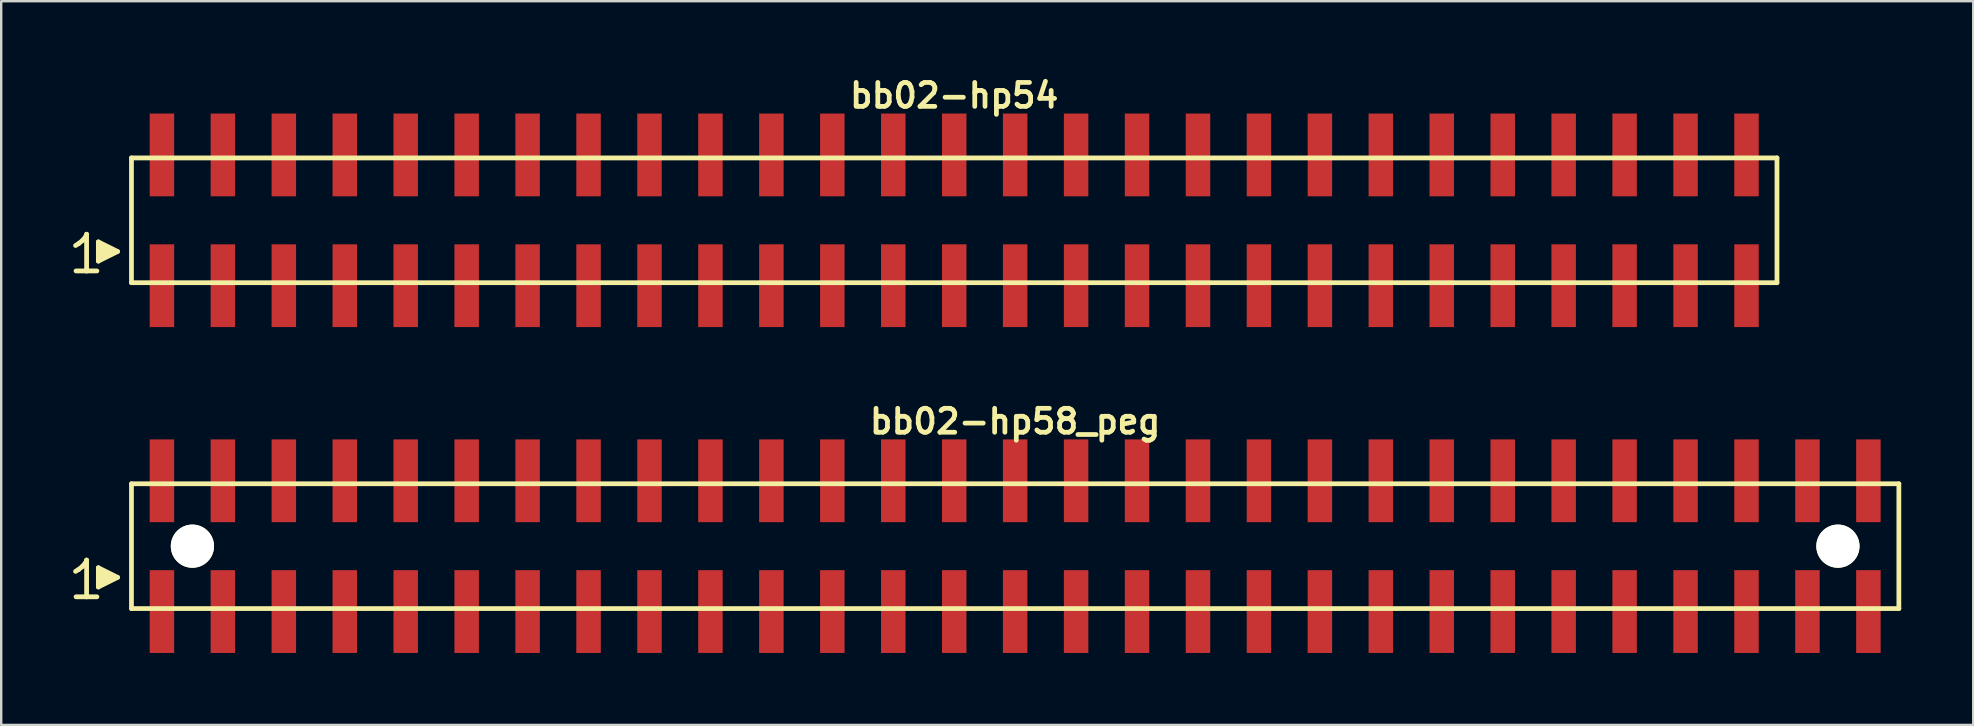
<source format=kicad_pcb>
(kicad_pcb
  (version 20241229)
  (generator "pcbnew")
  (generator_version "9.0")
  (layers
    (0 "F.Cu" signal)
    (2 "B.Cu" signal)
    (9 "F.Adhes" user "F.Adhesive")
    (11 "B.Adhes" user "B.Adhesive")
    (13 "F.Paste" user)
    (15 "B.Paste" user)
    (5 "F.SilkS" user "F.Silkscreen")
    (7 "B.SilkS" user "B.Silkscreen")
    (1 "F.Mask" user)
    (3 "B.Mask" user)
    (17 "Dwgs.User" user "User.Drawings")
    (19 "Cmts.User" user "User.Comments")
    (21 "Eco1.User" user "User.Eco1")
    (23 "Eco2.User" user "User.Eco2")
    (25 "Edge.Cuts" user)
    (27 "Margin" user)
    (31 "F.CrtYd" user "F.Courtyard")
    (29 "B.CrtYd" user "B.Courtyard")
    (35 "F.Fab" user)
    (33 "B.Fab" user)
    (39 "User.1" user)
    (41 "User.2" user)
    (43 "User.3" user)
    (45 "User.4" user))
  (footprint "bb02-hp54"
    (layer "F.Cu")
    (at 36.719 6.132)
    (property "Reference" "bb02-hp54" (at 0 -5.2 0) (layer "F.SilkS") (effects (font (size 0.998 0.998) (thickness 0.198))))
    (attr through_hole)
    (fp_line (start -36.62 1.05) (end -36.49 0.97) (stroke (width 0.198) (type solid)) (layer "F.SilkS"))
    (fp_line (start -36.49 0.97) (end -36.33 0.84) (stroke (width 0.198) (type solid)) (layer "F.SilkS"))
    (fp_line (start -36.33 0.84) (end -36.19 0.67) (stroke (width 0.198) (type solid)) (layer "F.SilkS"))
    (fp_line (start -36.19 0.67) (end -36.16 0.58) (stroke (width 0.198) (type solid)) (layer "F.SilkS"))
    (fp_line (start -36.16 0.58) (end -36.16 2.11) (stroke (width 0.198) (type solid)) (layer "F.SilkS"))
    (fp_line (start -36.16 2.11) (end -36.6 2.11) (stroke (width 0.198) (type solid)) (layer "F.SilkS"))
    (fp_line (start -35.73 2.11) (end -36.17 2.11) (stroke (width 0.198) (type solid)) (layer "F.SilkS"))
    (fp_line (start -35.67 0.9) (end -34.87 1.3) (stroke (width 0.198) (type solid)) (layer "F.SilkS"))
    (fp_line (start -35.67 1.7) (end -35.67 0.9) (stroke (width 0.198) (type solid)) (layer "F.SilkS"))
    (fp_line (start -35.57 1.6) (end -35.57 1) (stroke (width 0.198) (type solid)) (layer "F.SilkS"))
    (fp_line (start -35.47 1.1) (end -35.47 1.5) (stroke (width 0.198) (type solid)) (layer "F.SilkS"))
    (fp_line (start -35.37 1.5) (end -35.37 1.1) (stroke (width 0.198) (type solid)) (layer "F.SilkS"))
    (fp_line (start -35.27 1.2) (end -35.27 1.4) (stroke (width 0.198) (type solid)) (layer "F.SilkS"))
    (fp_line (start -35.17 1.4) (end -35.17 1.2) (stroke (width 0.198) (type solid)) (layer "F.SilkS"))
    (fp_line (start -34.87 1.3) (end -35.67 1.7) (stroke (width 0.198) (type solid)) (layer "F.SilkS"))
    (fp_line (start -34.29 -2.6) (end -34.29 2.6) (stroke (width 0.198) (type solid)) (layer "F.SilkS"))
    (fp_line (start -34.29 -2.6) (end 34.29 -2.6) (stroke (width 0.198) (type solid)) (layer "F.SilkS"))
    (fp_line (start 34.29 2.6) (end -34.29 2.6) (stroke (width 0.198) (type solid)) (layer "F.SilkS"))
    (fp_line (start 34.29 2.6) (end 34.29 -2.6) (stroke (width 0.198) (type solid)) (layer "F.SilkS"))
    (pad "1" smd rect (at -33.02 2.725) (size 1.02 3.45) (layers "F.Cu" "F.Mask" "F.Paste"))
    (pad "2" smd rect (at -33.02 -2.725) (size 1.02 3.45) (layers "F.Cu" "F.Mask" "F.Paste"))
    (pad "3" smd rect (at -30.48 2.725) (size 1.02 3.45) (layers "F.Cu" "F.Mask" "F.Paste"))
    (pad "4" smd rect (at -30.48 -2.725) (size 1.02 3.45) (layers "F.Cu" "F.Mask" "F.Paste"))
    (pad "5" smd rect (at -27.94 2.725) (size 1.02 3.45) (layers "F.Cu" "F.Mask" "F.Paste"))
    (pad "6" smd rect (at -27.94 -2.725) (size 1.02 3.45) (layers "F.Cu" "F.Mask" "F.Paste"))
    (pad "7" smd rect (at -25.4 2.725) (size 1.02 3.45) (layers "F.Cu" "F.Mask" "F.Paste"))
    (pad "8" smd rect (at -25.4 -2.725) (size 1.02 3.45) (layers "F.Cu" "F.Mask" "F.Paste"))
    (pad "9" smd rect (at -22.86 2.725) (size 1.02 3.45) (layers "F.Cu" "F.Mask" "F.Paste"))
    (pad "10" smd rect (at -22.86 -2.725) (size 1.02 3.45) (layers "F.Cu" "F.Mask" "F.Paste"))
    (pad "11" smd rect (at -20.32 2.725) (size 1.02 3.45) (layers "F.Cu" "F.Mask" "F.Paste"))
    (pad "12" smd rect (at -20.32 -2.725) (size 1.02 3.45) (layers "F.Cu" "F.Mask" "F.Paste"))
    (pad "13" smd rect (at -17.78 2.725) (size 1.02 3.45) (layers "F.Cu" "F.Mask" "F.Paste"))
    (pad "14" smd rect (at -17.78 -2.725) (size 1.02 3.45) (layers "F.Cu" "F.Mask" "F.Paste"))
    (pad "15" smd rect (at -15.24 2.725) (size 1.02 3.45) (layers "F.Cu" "F.Mask" "F.Paste"))
    (pad "16" smd rect (at -15.24 -2.725) (size 1.02 3.45) (layers "F.Cu" "F.Mask" "F.Paste"))
    (pad "17" smd rect (at -12.7 2.725) (size 1.02 3.45) (layers "F.Cu" "F.Mask" "F.Paste"))
    (pad "18" smd rect (at -12.7 -2.725) (size 1.02 3.45) (layers "F.Cu" "F.Mask" "F.Paste"))
    (pad "19" smd rect (at -10.16 2.725) (size 1.02 3.45) (layers "F.Cu" "F.Mask" "F.Paste"))
    (pad "20" smd rect (at -10.16 -2.725) (size 1.02 3.45) (layers "F.Cu" "F.Mask" "F.Paste"))
    (pad "21" smd rect (at -7.62 2.725) (size 1.02 3.45) (layers "F.Cu" "F.Mask" "F.Paste"))
    (pad "22" smd rect (at -7.62 -2.725) (size 1.02 3.45) (layers "F.Cu" "F.Mask" "F.Paste"))
    (pad "23" smd rect (at -5.08 2.725) (size 1.02 3.45) (layers "F.Cu" "F.Mask" "F.Paste"))
    (pad "24" smd rect (at -5.08 -2.725) (size 1.02 3.45) (layers "F.Cu" "F.Mask" "F.Paste"))
    (pad "25" smd rect (at -2.54 2.725) (size 1.02 3.45) (layers "F.Cu" "F.Mask" "F.Paste"))
    (pad "26" smd rect (at -2.54 -2.725) (size 1.02 3.45) (layers "F.Cu" "F.Mask" "F.Paste"))
    (pad "27" smd rect (at 0 2.725) (size 1.02 3.45) (layers "F.Cu" "F.Mask" "F.Paste"))
    (pad "28" smd rect (at 0 -2.725) (size 1.02 3.45) (layers "F.Cu" "F.Mask" "F.Paste"))
    (pad "29" smd rect (at 2.54 2.725) (size 1.02 3.45) (layers "F.Cu" "F.Mask" "F.Paste"))
    (pad "30" smd rect (at 2.54 -2.725) (size 1.02 3.45) (layers "F.Cu" "F.Mask" "F.Paste"))
    (pad "31" smd rect (at 5.08 2.725) (size 1.02 3.45) (layers "F.Cu" "F.Mask" "F.Paste"))
    (pad "32" smd rect (at 5.08 -2.725) (size 1.02 3.45) (layers "F.Cu" "F.Mask" "F.Paste"))
    (pad "33" smd rect (at 7.62 2.725) (size 1.02 3.45) (layers "F.Cu" "F.Mask" "F.Paste"))
    (pad "34" smd rect (at 7.62 -2.725) (size 1.02 3.45) (layers "F.Cu" "F.Mask" "F.Paste"))
    (pad "35" smd rect (at 10.16 2.725) (size 1.02 3.45) (layers "F.Cu" "F.Mask" "F.Paste"))
    (pad "36" smd rect (at 10.16 -2.725) (size 1.02 3.45) (layers "F.Cu" "F.Mask" "F.Paste"))
    (pad "37" smd rect (at 12.7 2.725) (size 1.02 3.45) (layers "F.Cu" "F.Mask" "F.Paste"))
    (pad "38" smd rect (at 12.7 -2.725) (size 1.02 3.45) (layers "F.Cu" "F.Mask" "F.Paste"))
    (pad "39" smd rect (at 15.24 2.725) (size 1.02 3.45) (layers "F.Cu" "F.Mask" "F.Paste"))
    (pad "40" smd rect (at 15.24 -2.725) (size 1.02 3.45) (layers "F.Cu" "F.Mask" "F.Paste"))
    (pad "41" smd rect (at 17.78 2.725) (size 1.02 3.45) (layers "F.Cu" "F.Mask" "F.Paste"))
    (pad "42" smd rect (at 17.78 -2.725) (size 1.02 3.45) (layers "F.Cu" "F.Mask" "F.Paste"))
    (pad "43" smd rect (at 20.32 2.725) (size 1.02 3.45) (layers "F.Cu" "F.Mask" "F.Paste"))
    (pad "44" smd rect (at 20.32 -2.725) (size 1.02 3.45) (layers "F.Cu" "F.Mask" "F.Paste"))
    (pad "45" smd rect (at 22.86 2.725) (size 1.02 3.45) (layers "F.Cu" "F.Mask" "F.Paste"))
    (pad "46" smd rect (at 22.86 -2.725) (size 1.02 3.45) (layers "F.Cu" "F.Mask" "F.Paste"))
    (pad "47" smd rect (at 25.4 2.725) (size 1.02 3.45) (layers "F.Cu" "F.Mask" "F.Paste"))
    (pad "48" smd rect (at 25.4 -2.725) (size 1.02 3.45) (layers "F.Cu" "F.Mask" "F.Paste"))
    (pad "49" smd rect (at 27.94 2.725) (size 1.02 3.45) (layers "F.Cu" "F.Mask" "F.Paste"))
    (pad "50" smd rect (at 27.94 -2.725) (size 1.02 3.45) (layers "F.Cu" "F.Mask" "F.Paste"))
    (pad "51" smd rect (at 30.48 2.725) (size 1.02 3.45) (layers "F.Cu" "F.Mask" "F.Paste"))
    (pad "52" smd rect (at 30.48 -2.725) (size 1.02 3.45) (layers "F.Cu" "F.Mask" "F.Paste"))
    (pad "53" smd rect (at 33.02 2.725) (size 1.02 3.45) (layers "F.Cu" "F.Mask" "F.Paste"))
    (pad "54" smd rect (at 33.02 -2.725) (size 1.02 3.45) (layers "F.Cu" "F.Mask" "F.Paste")))
  (footprint "bb02-hp58_peg"
    (layer "F.Cu")
    (at 39.259 19.713)
    (property "Reference" "bb02-hp58_peg" (at 0 -5.2 0) (layer "F.SilkS") (effects (font (size 0.998 0.998) (thickness 0.198))))
    (attr through_hole)
    (fp_line (start -39.16 1.05) (end -39.03 0.97) (stroke (width 0.198) (type solid)) (layer "F.SilkS"))
    (fp_line (start -39.03 0.97) (end -38.87 0.84) (stroke (width 0.198) (type solid)) (layer "F.SilkS"))
    (fp_line (start -38.87 0.84) (end -38.73 0.67) (stroke (width 0.198) (type solid)) (layer "F.SilkS"))
    (fp_line (start -38.73 0.67) (end -38.7 0.58) (stroke (width 0.198) (type solid)) (layer "F.SilkS"))
    (fp_line (start -38.7 0.58) (end -38.7 2.11) (stroke (width 0.198) (type solid)) (layer "F.SilkS"))
    (fp_line (start -38.7 2.11) (end -39.14 2.11) (stroke (width 0.198) (type solid)) (layer "F.SilkS"))
    (fp_line (start -38.27 2.11) (end -38.71 2.11) (stroke (width 0.198) (type solid)) (layer "F.SilkS"))
    (fp_line (start -38.21 0.9) (end -37.41 1.3) (stroke (width 0.198) (type solid)) (layer "F.SilkS"))
    (fp_line (start -38.21 1.7) (end -38.21 0.9) (stroke (width 0.198) (type solid)) (layer "F.SilkS"))
    (fp_line (start -38.11 1.6) (end -38.11 1) (stroke (width 0.198) (type solid)) (layer "F.SilkS"))
    (fp_line (start -38.01 1.1) (end -38.01 1.5) (stroke (width 0.198) (type solid)) (layer "F.SilkS"))
    (fp_line (start -37.91 1.5) (end -37.91 1.1) (stroke (width 0.198) (type solid)) (layer "F.SilkS"))
    (fp_line (start -37.81 1.2) (end -37.81 1.4) (stroke (width 0.198) (type solid)) (layer "F.SilkS"))
    (fp_line (start -37.71 1.4) (end -37.71 1.2) (stroke (width 0.198) (type solid)) (layer "F.SilkS"))
    (fp_line (start -37.41 1.3) (end -38.21 1.7) (stroke (width 0.198) (type solid)) (layer "F.SilkS"))
    (fp_line (start -36.83 -2.6) (end -36.83 2.6) (stroke (width 0.198) (type solid)) (layer "F.SilkS"))
    (fp_line (start -36.83 -2.6) (end 36.83 -2.6) (stroke (width 0.198) (type solid)) (layer "F.SilkS"))
    (fp_line (start 36.83 2.6) (end -36.83 2.6) (stroke (width 0.198) (type solid)) (layer "F.SilkS"))
    (fp_line (start 36.83 2.6) (end 36.83 -2.6) (stroke (width 0.198) (type solid)) (layer "F.SilkS"))
    (pad "" np_thru_hole circle (at -34.29 0) (size 1.8 1.8) (drill 1.8) (layers "*.Cu" "*.Mask" "F.SilkS"))
    (pad "" np_thru_hole circle (at 34.29 0) (size 1.8 1.8) (drill 1.8) (layers "*.Cu" "*.Mask" "F.SilkS"))
    (pad "1" smd rect (at -35.56 2.725) (size 1.02 3.45) (layers "F.Cu" "F.Mask" "F.Paste"))
    (pad "2" smd rect (at -35.56 -2.725) (size 1.02 3.45) (layers "F.Cu" "F.Mask" "F.Paste"))
    (pad "3" smd rect (at -33.02 2.725) (size 1.02 3.45) (layers "F.Cu" "F.Mask" "F.Paste"))
    (pad "4" smd rect (at -33.02 -2.725) (size 1.02 3.45) (layers "F.Cu" "F.Mask" "F.Paste"))
    (pad "5" smd rect (at -30.48 2.725) (size 1.02 3.45) (layers "F.Cu" "F.Mask" "F.Paste"))
    (pad "6" smd rect (at -30.48 -2.725) (size 1.02 3.45) (layers "F.Cu" "F.Mask" "F.Paste"))
    (pad "7" smd rect (at -27.94 2.725) (size 1.02 3.45) (layers "F.Cu" "F.Mask" "F.Paste"))
    (pad "8" smd rect (at -27.94 -2.725) (size 1.02 3.45) (layers "F.Cu" "F.Mask" "F.Paste"))
    (pad "9" smd rect (at -25.4 2.725) (size 1.02 3.45) (layers "F.Cu" "F.Mask" "F.Paste"))
    (pad "10" smd rect (at -25.4 -2.725) (size 1.02 3.45) (layers "F.Cu" "F.Mask" "F.Paste"))
    (pad "11" smd rect (at -22.86 2.725) (size 1.02 3.45) (layers "F.Cu" "F.Mask" "F.Paste"))
    (pad "12" smd rect (at -22.86 -2.725) (size 1.02 3.45) (layers "F.Cu" "F.Mask" "F.Paste"))
    (pad "13" smd rect (at -20.32 2.725) (size 1.02 3.45) (layers "F.Cu" "F.Mask" "F.Paste"))
    (pad "14" smd rect (at -20.32 -2.725) (size 1.02 3.45) (layers "F.Cu" "F.Mask" "F.Paste"))
    (pad "15" smd rect (at -17.78 2.725) (size 1.02 3.45) (layers "F.Cu" "F.Mask" "F.Paste"))
    (pad "16" smd rect (at -17.78 -2.725) (size 1.02 3.45) (layers "F.Cu" "F.Mask" "F.Paste"))
    (pad "17" smd rect (at -15.24 2.725) (size 1.02 3.45) (layers "F.Cu" "F.Mask" "F.Paste"))
    (pad "18" smd rect (at -15.24 -2.725) (size 1.02 3.45) (layers "F.Cu" "F.Mask" "F.Paste"))
    (pad "19" smd rect (at -12.7 2.725) (size 1.02 3.45) (layers "F.Cu" "F.Mask" "F.Paste"))
    (pad "20" smd rect (at -12.7 -2.725) (size 1.02 3.45) (layers "F.Cu" "F.Mask" "F.Paste"))
    (pad "21" smd rect (at -10.16 2.725) (size 1.02 3.45) (layers "F.Cu" "F.Mask" "F.Paste"))
    (pad "22" smd rect (at -10.16 -2.725) (size 1.02 3.45) (layers "F.Cu" "F.Mask" "F.Paste"))
    (pad "23" smd rect (at -7.62 2.725) (size 1.02 3.45) (layers "F.Cu" "F.Mask" "F.Paste"))
    (pad "24" smd rect (at -7.62 -2.725) (size 1.02 3.45) (layers "F.Cu" "F.Mask" "F.Paste"))
    (pad "25" smd rect (at -5.08 2.725) (size 1.02 3.45) (layers "F.Cu" "F.Mask" "F.Paste"))
    (pad "26" smd rect (at -5.08 -2.725) (size 1.02 3.45) (layers "F.Cu" "F.Mask" "F.Paste"))
    (pad "27" smd rect (at -2.54 2.725) (size 1.02 3.45) (layers "F.Cu" "F.Mask" "F.Paste"))
    (pad "28" smd rect (at -2.54 -2.725) (size 1.02 3.45) (layers "F.Cu" "F.Mask" "F.Paste"))
    (pad "29" smd rect (at 0 2.725) (size 1.02 3.45) (layers "F.Cu" "F.Mask" "F.Paste"))
    (pad "30" smd rect (at 0 -2.725) (size 1.02 3.45) (layers "F.Cu" "F.Mask" "F.Paste"))
    (pad "31" smd rect (at 2.54 2.725) (size 1.02 3.45) (layers "F.Cu" "F.Mask" "F.Paste"))
    (pad "32" smd rect (at 2.54 -2.725) (size 1.02 3.45) (layers "F.Cu" "F.Mask" "F.Paste"))
    (pad "33" smd rect (at 5.08 2.725) (size 1.02 3.45) (layers "F.Cu" "F.Mask" "F.Paste"))
    (pad "34" smd rect (at 5.08 -2.725) (size 1.02 3.45) (layers "F.Cu" "F.Mask" "F.Paste"))
    (pad "35" smd rect (at 7.62 2.725) (size 1.02 3.45) (layers "F.Cu" "F.Mask" "F.Paste"))
    (pad "36" smd rect (at 7.62 -2.725) (size 1.02 3.45) (layers "F.Cu" "F.Mask" "F.Paste"))
    (pad "37" smd rect (at 10.16 2.725) (size 1.02 3.45) (layers "F.Cu" "F.Mask" "F.Paste"))
    (pad "38" smd rect (at 10.16 -2.725) (size 1.02 3.45) (layers "F.Cu" "F.Mask" "F.Paste"))
    (pad "39" smd rect (at 12.7 2.725) (size 1.02 3.45) (layers "F.Cu" "F.Mask" "F.Paste"))
    (pad "40" smd rect (at 12.7 -2.725) (size 1.02 3.45) (layers "F.Cu" "F.Mask" "F.Paste"))
    (pad "41" smd rect (at 15.24 2.725) (size 1.02 3.45) (layers "F.Cu" "F.Mask" "F.Paste"))
    (pad "42" smd rect (at 15.24 -2.725) (size 1.02 3.45) (layers "F.Cu" "F.Mask" "F.Paste"))
    (pad "43" smd rect (at 17.78 2.725) (size 1.02 3.45) (layers "F.Cu" "F.Mask" "F.Paste"))
    (pad "44" smd rect (at 17.78 -2.725) (size 1.02 3.45) (layers "F.Cu" "F.Mask" "F.Paste"))
    (pad "45" smd rect (at 20.32 2.725) (size 1.02 3.45) (layers "F.Cu" "F.Mask" "F.Paste"))
    (pad "46" smd rect (at 20.32 -2.725) (size 1.02 3.45) (layers "F.Cu" "F.Mask" "F.Paste"))
    (pad "47" smd rect (at 22.86 2.725) (size 1.02 3.45) (layers "F.Cu" "F.Mask" "F.Paste"))
    (pad "48" smd rect (at 22.86 -2.725) (size 1.02 3.45) (layers "F.Cu" "F.Mask" "F.Paste"))
    (pad "49" smd rect (at 25.4 2.725) (size 1.02 3.45) (layers "F.Cu" "F.Mask" "F.Paste"))
    (pad "50" smd rect (at 25.4 -2.725) (size 1.02 3.45) (layers "F.Cu" "F.Mask" "F.Paste"))
    (pad "51" smd rect (at 27.94 2.725) (size 1.02 3.45) (layers "F.Cu" "F.Mask" "F.Paste"))
    (pad "52" smd rect (at 27.94 -2.725) (size 1.02 3.45) (layers "F.Cu" "F.Mask" "F.Paste"))
    (pad "53" smd rect (at 30.48 2.725) (size 1.02 3.45) (layers "F.Cu" "F.Mask" "F.Paste"))
    (pad "54" smd rect (at 30.48 -2.725) (size 1.02 3.45) (layers "F.Cu" "F.Mask" "F.Paste"))
    (pad "55" smd rect (at 33.02 2.725) (size 1.02 3.45) (layers "F.Cu" "F.Mask" "F.Paste"))
    (pad "56" smd rect (at 33.02 -2.725) (size 1.02 3.45) (layers "F.Cu" "F.Mask" "F.Paste"))
    (pad "57" smd rect (at 35.56 2.725) (size 1.02 3.45) (layers "F.Cu" "F.Mask" "F.Paste"))
    (pad "58" smd rect (at 35.56 -2.725) (size 1.02 3.45) (layers "F.Cu" "F.Mask" "F.Paste")))
  (gr_rect
    (start -3 -3)
    (end 79.188 27.163)
    (stroke (width 0.1) (type default))
    (fill no)
    (layer "Edge.Cuts")))
</source>
